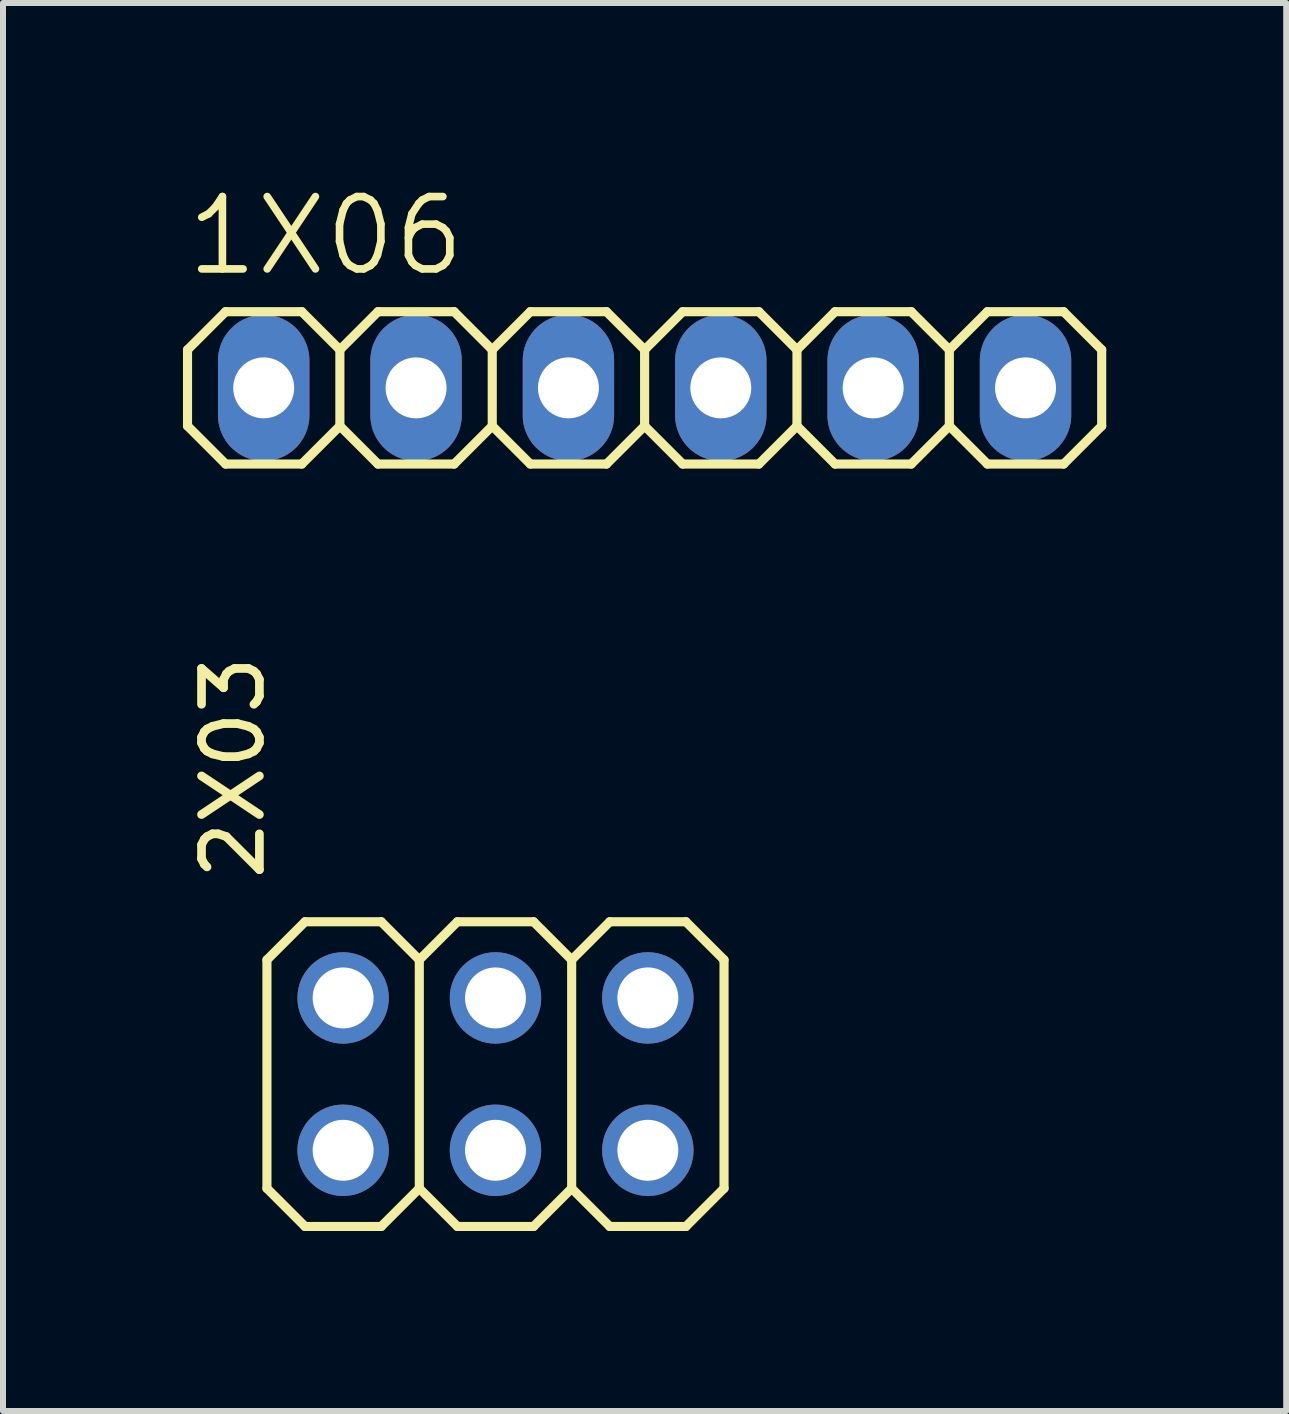
<source format=kicad_pcb>
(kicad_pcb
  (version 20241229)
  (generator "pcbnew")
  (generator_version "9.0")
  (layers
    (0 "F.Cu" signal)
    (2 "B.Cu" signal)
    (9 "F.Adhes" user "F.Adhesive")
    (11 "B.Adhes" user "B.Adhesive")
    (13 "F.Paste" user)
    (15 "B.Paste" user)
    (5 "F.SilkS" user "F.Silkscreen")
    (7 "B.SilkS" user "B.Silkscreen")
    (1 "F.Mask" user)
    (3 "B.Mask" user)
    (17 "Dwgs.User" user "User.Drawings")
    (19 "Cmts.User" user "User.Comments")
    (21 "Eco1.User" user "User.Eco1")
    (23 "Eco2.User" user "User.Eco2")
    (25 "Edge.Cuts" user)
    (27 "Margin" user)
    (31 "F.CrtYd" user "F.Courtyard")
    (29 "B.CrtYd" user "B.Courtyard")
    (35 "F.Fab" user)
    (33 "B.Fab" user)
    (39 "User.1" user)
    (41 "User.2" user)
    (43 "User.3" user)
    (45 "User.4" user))
  (footprint "2X03"
    (layer "F.Cu")
    (at 5.21 14.856)
    (property "Reference" "2X03" (at -3.81 -3.175 90) (layer "F.SilkS") (effects (font (size 0.965 0.965) (thickness 0.145)) (justify left bottom)))
    (attr through_hole)
    (fp_line (start -3.81 -1.905) (end -3.175 -2.54) (stroke (width 0.152) (type solid)) (layer "F.SilkS"))
    (fp_line (start -3.81 1.905) (end -3.81 -1.905) (stroke (width 0.152) (type solid)) (layer "F.SilkS"))
    (fp_line (start -3.81 1.905) (end -3.175 2.54) (stroke (width 0.152) (type solid)) (layer "F.SilkS"))
    (fp_line (start -3.175 -2.54) (end -1.905 -2.54) (stroke (width 0.152) (type solid)) (layer "F.SilkS"))
    (fp_line (start -3.175 2.54) (end -1.905 2.54) (stroke (width 0.152) (type solid)) (layer "F.SilkS"))
    (fp_line (start -1.905 -2.54) (end -1.27 -1.905) (stroke (width 0.152) (type solid)) (layer "F.SilkS"))
    (fp_line (start -1.905 2.54) (end -1.27 1.905) (stroke (width 0.152) (type solid)) (layer "F.SilkS"))
    (fp_line (start -1.27 -1.905) (end -1.27 1.905) (stroke (width 0.152) (type solid)) (layer "F.SilkS"))
    (fp_line (start -1.27 -1.905) (end -0.635 -2.54) (stroke (width 0.152) (type solid)) (layer "F.SilkS"))
    (fp_line (start -1.27 1.905) (end -0.635 2.54) (stroke (width 0.152) (type solid)) (layer "F.SilkS"))
    (fp_line (start -0.635 -2.54) (end 0.635 -2.54) (stroke (width 0.152) (type solid)) (layer "F.SilkS"))
    (fp_line (start -0.635 2.54) (end 0.635 2.54) (stroke (width 0.152) (type solid)) (layer "F.SilkS"))
    (fp_line (start 0.635 -2.54) (end 1.27 -1.905) (stroke (width 0.152) (type solid)) (layer "F.SilkS"))
    (fp_line (start 0.635 2.54) (end 1.27 1.905) (stroke (width 0.152) (type solid)) (layer "F.SilkS"))
    (fp_line (start 1.27 -1.905) (end 1.27 1.905) (stroke (width 0.152) (type solid)) (layer "F.SilkS"))
    (fp_line (start 1.27 -1.905) (end 1.905 -2.54) (stroke (width 0.152) (type solid)) (layer "F.SilkS"))
    (fp_line (start 1.27 1.905) (end 1.905 2.54) (stroke (width 0.152) (type solid)) (layer "F.SilkS"))
    (fp_line (start 1.905 -2.54) (end 3.175 -2.54) (stroke (width 0.152) (type solid)) (layer "F.SilkS"))
    (fp_line (start 1.905 2.54) (end 3.175 2.54) (stroke (width 0.152) (type solid)) (layer "F.SilkS"))
    (fp_line (start 3.175 -2.54) (end 3.81 -1.905) (stroke (width 0.152) (type solid)) (layer "F.SilkS"))
    (fp_line (start 3.175 2.54) (end 3.81 1.905) (stroke (width 0.152) (type solid)) (layer "F.SilkS"))
    (fp_line (start 3.81 -1.905) (end 3.81 1.905) (stroke (width 0.152) (type solid)) (layer "F.SilkS"))
    (fp_poly (pts (xy -2.794 -1.016) (xy -2.286 -1.016) (xy -2.286 -1.524) (xy -2.794 -1.524)) (stroke (width 0.1) (type solid)) (fill no) (layer "F.Fab"))
    (fp_poly (pts (xy -2.794 1.524) (xy -2.286 1.524) (xy -2.286 1.016) (xy -2.794 1.016)) (stroke (width 0.1) (type solid)) (fill no) (layer "F.Fab"))
    (fp_poly (pts (xy -0.254 -1.016) (xy 0.254 -1.016) (xy 0.254 -1.524) (xy -0.254 -1.524)) (stroke (width 0.1) (type solid)) (fill no) (layer "F.Fab"))
    (fp_poly (pts (xy -0.254 1.524) (xy 0.254 1.524) (xy 0.254 1.016) (xy -0.254 1.016)) (stroke (width 0.1) (type solid)) (fill no) (layer "F.Fab"))
    (fp_poly (pts (xy 2.286 -1.016) (xy 2.794 -1.016) (xy 2.794 -1.524) (xy 2.286 -1.524)) (stroke (width 0.1) (type solid)) (fill no) (layer "F.Fab"))
    (fp_poly (pts (xy 2.286 1.524) (xy 2.794 1.524) (xy 2.794 1.016) (xy 2.286 1.016)) (stroke (width 0.1) (type solid)) (fill no) (layer "F.Fab"))
    (pad "1" thru_hole circle (at -2.54 1.27) (size 1.524 1.524) (drill 1.016) (layers "*.Cu" "*.Mask"))
    (pad "2" thru_hole circle (at -2.54 -1.27) (size 1.524 1.524) (drill 1.016) (layers "*.Cu" "*.Mask"))
    (pad "3" thru_hole circle (at 0 1.27) (size 1.524 1.524) (drill 1.016) (layers "*.Cu" "*.Mask"))
    (pad "4" thru_hole circle (at 0 -1.27) (size 1.524 1.524) (drill 1.016) (layers "*.Cu" "*.Mask"))
    (pad "5" thru_hole circle (at 2.54 1.27) (size 1.524 1.524) (drill 1.016) (layers "*.Cu" "*.Mask"))
    (pad "6" thru_hole circle (at 2.54 -1.27) (size 1.524 1.524) (drill 1.016) (layers "*.Cu" "*.Mask")))
  (footprint "1X06"
    (layer "F.Cu")
    (at 7.696 3.416)
    (property "Reference" "1X06" (at -7.696 -1.829 0) (layer "F.SilkS") (effects (font (size 1.206 1.206) (thickness 0.127)) (justify left bottom)))
    (attr through_hole)
    (fp_line (start -7.62 -0.635) (end -7.62 0.635) (stroke (width 0.152) (type solid)) (layer "F.SilkS"))
    (fp_line (start -7.62 0.635) (end -6.985 1.27) (stroke (width 0.152) (type solid)) (layer "F.SilkS"))
    (fp_line (start -6.985 -1.27) (end -7.62 -0.635) (stroke (width 0.152) (type solid)) (layer "F.SilkS"))
    (fp_line (start -6.985 -1.27) (end -5.715 -1.27) (stroke (width 0.152) (type solid)) (layer "F.SilkS"))
    (fp_line (start -5.715 -1.27) (end -5.08 -0.635) (stroke (width 0.152) (type solid)) (layer "F.SilkS"))
    (fp_line (start -5.715 1.27) (end -6.985 1.27) (stroke (width 0.152) (type solid)) (layer "F.SilkS"))
    (fp_line (start -5.08 -0.635) (end -5.08 0.635) (stroke (width 0.152) (type solid)) (layer "F.SilkS"))
    (fp_line (start -5.08 -0.635) (end -4.445 -1.27) (stroke (width 0.152) (type solid)) (layer "F.SilkS"))
    (fp_line (start -5.08 0.635) (end -5.715 1.27) (stroke (width 0.152) (type solid)) (layer "F.SilkS"))
    (fp_line (start -4.445 -1.27) (end -3.175 -1.27) (stroke (width 0.152) (type solid)) (layer "F.SilkS"))
    (fp_line (start -4.445 1.27) (end -5.08 0.635) (stroke (width 0.152) (type solid)) (layer "F.SilkS"))
    (fp_line (start -3.175 -1.27) (end -2.54 -0.635) (stroke (width 0.152) (type solid)) (layer "F.SilkS"))
    (fp_line (start -3.175 1.27) (end -4.445 1.27) (stroke (width 0.152) (type solid)) (layer "F.SilkS"))
    (fp_line (start -2.54 -0.635) (end -2.54 0.635) (stroke (width 0.152) (type solid)) (layer "F.SilkS"))
    (fp_line (start -2.54 -0.635) (end -1.905 -1.27) (stroke (width 0.152) (type solid)) (layer "F.SilkS"))
    (fp_line (start -2.54 0.635) (end -3.175 1.27) (stroke (width 0.152) (type solid)) (layer "F.SilkS"))
    (fp_line (start -1.905 -1.27) (end -0.635 -1.27) (stroke (width 0.152) (type solid)) (layer "F.SilkS"))
    (fp_line (start -1.905 1.27) (end -2.54 0.635) (stroke (width 0.152) (type solid)) (layer "F.SilkS"))
    (fp_line (start -0.635 -1.27) (end 0 -0.635) (stroke (width 0.152) (type solid)) (layer "F.SilkS"))
    (fp_line (start -0.635 1.27) (end -1.905 1.27) (stroke (width 0.152) (type solid)) (layer "F.SilkS"))
    (fp_line (start 0 -0.635) (end 0 0.635) (stroke (width 0.152) (type solid)) (layer "F.SilkS"))
    (fp_line (start 0 0.635) (end -0.635 1.27) (stroke (width 0.152) (type solid)) (layer "F.SilkS"))
    (fp_line (start 0 0.635) (end 0.635 1.27) (stroke (width 0.152) (type solid)) (layer "F.SilkS"))
    (fp_line (start 0.635 -1.27) (end 0 -0.635) (stroke (width 0.152) (type solid)) (layer "F.SilkS"))
    (fp_line (start 0.635 -1.27) (end 1.905 -1.27) (stroke (width 0.152) (type solid)) (layer "F.SilkS"))
    (fp_line (start 1.905 -1.27) (end 2.54 -0.635) (stroke (width 0.152) (type solid)) (layer "F.SilkS"))
    (fp_line (start 1.905 1.27) (end 0.635 1.27) (stroke (width 0.152) (type solid)) (layer "F.SilkS"))
    (fp_line (start 2.54 -0.635) (end 2.54 0.635) (stroke (width 0.152) (type solid)) (layer "F.SilkS"))
    (fp_line (start 2.54 -0.635) (end 3.175 -1.27) (stroke (width 0.152) (type solid)) (layer "F.SilkS"))
    (fp_line (start 2.54 0.635) (end 1.905 1.27) (stroke (width 0.152) (type solid)) (layer "F.SilkS"))
    (fp_line (start 3.175 -1.27) (end 4.445 -1.27) (stroke (width 0.152) (type solid)) (layer "F.SilkS"))
    (fp_line (start 3.175 1.27) (end 2.54 0.635) (stroke (width 0.152) (type solid)) (layer "F.SilkS"))
    (fp_line (start 4.445 -1.27) (end 5.08 -0.635) (stroke (width 0.152) (type solid)) (layer "F.SilkS"))
    (fp_line (start 4.445 1.27) (end 3.175 1.27) (stroke (width 0.152) (type solid)) (layer "F.SilkS"))
    (fp_line (start 5.08 -0.635) (end 5.08 0.635) (stroke (width 0.152) (type solid)) (layer "F.SilkS"))
    (fp_line (start 5.08 0.635) (end 4.445 1.27) (stroke (width 0.152) (type solid)) (layer "F.SilkS"))
    (fp_line (start 5.08 0.635) (end 5.715 1.27) (stroke (width 0.152) (type solid)) (layer "F.SilkS"))
    (fp_line (start 5.715 -1.27) (end 5.08 -0.635) (stroke (width 0.152) (type solid)) (layer "F.SilkS"))
    (fp_line (start 5.715 -1.27) (end 6.985 -1.27) (stroke (width 0.152) (type solid)) (layer "F.SilkS"))
    (fp_line (start 6.985 -1.27) (end 7.62 -0.635) (stroke (width 0.152) (type solid)) (layer "F.SilkS"))
    (fp_line (start 6.985 1.27) (end 5.715 1.27) (stroke (width 0.152) (type solid)) (layer "F.SilkS"))
    (fp_line (start 7.62 -0.635) (end 7.62 0.635) (stroke (width 0.152) (type solid)) (layer "F.SilkS"))
    (fp_line (start 7.62 0.635) (end 6.985 1.27) (stroke (width 0.152) (type solid)) (layer "F.SilkS"))
    (fp_poly (pts (xy -6.604 0.254) (xy -6.096 0.254) (xy -6.096 -0.254) (xy -6.604 -0.254)) (stroke (width 0.1) (type solid)) (fill no) (layer "F.Fab"))
    (fp_poly (pts (xy -4.064 0.254) (xy -3.556 0.254) (xy -3.556 -0.254) (xy -4.064 -0.254)) (stroke (width 0.1) (type solid)) (fill no) (layer "F.Fab"))
    (fp_poly (pts (xy -1.524 0.254) (xy -1.016 0.254) (xy -1.016 -0.254) (xy -1.524 -0.254)) (stroke (width 0.1) (type solid)) (fill no) (layer "F.Fab"))
    (fp_poly (pts (xy 1.016 0.254) (xy 1.524 0.254) (xy 1.524 -0.254) (xy 1.016 -0.254)) (stroke (width 0.1) (type solid)) (fill no) (layer "F.Fab"))
    (fp_poly (pts (xy 3.556 0.254) (xy 4.064 0.254) (xy 4.064 -0.254) (xy 3.556 -0.254)) (stroke (width 0.1) (type solid)) (fill no) (layer "F.Fab"))
    (fp_poly (pts (xy 6.096 0.254) (xy 6.604 0.254) (xy 6.604 -0.254) (xy 6.096 -0.254)) (stroke (width 0.1) (type solid)) (fill no) (layer "F.Fab"))
    (pad "1" thru_hole oval (at -6.35 0 90) (size 2.438 1.524) (drill 1.016) (layers "*.Cu" "*.Mask"))
    (pad "2" thru_hole oval (at -3.81 0 90) (size 2.438 1.524) (drill 1.016) (layers "*.Cu" "*.Mask"))
    (pad "3" thru_hole oval (at -1.27 0 90) (size 2.438 1.524) (drill 1.016) (layers "*.Cu" "*.Mask"))
    (pad "4" thru_hole oval (at 1.27 0 90) (size 2.438 1.524) (drill 1.016) (layers "*.Cu" "*.Mask"))
    (pad "5" thru_hole oval (at 3.81 0 90) (size 2.438 1.524) (drill 1.016) (layers "*.Cu" "*.Mask"))
    (pad "6" thru_hole oval (at 6.35 0 90) (size 2.438 1.524) (drill 1.016) (layers "*.Cu" "*.Mask")))
  (gr_rect
    (start -3 -3)
    (end 18.392 20.472)
    (stroke (width 0.1) (type default))
    (fill no)
    (layer "Edge.Cuts")))
</source>
